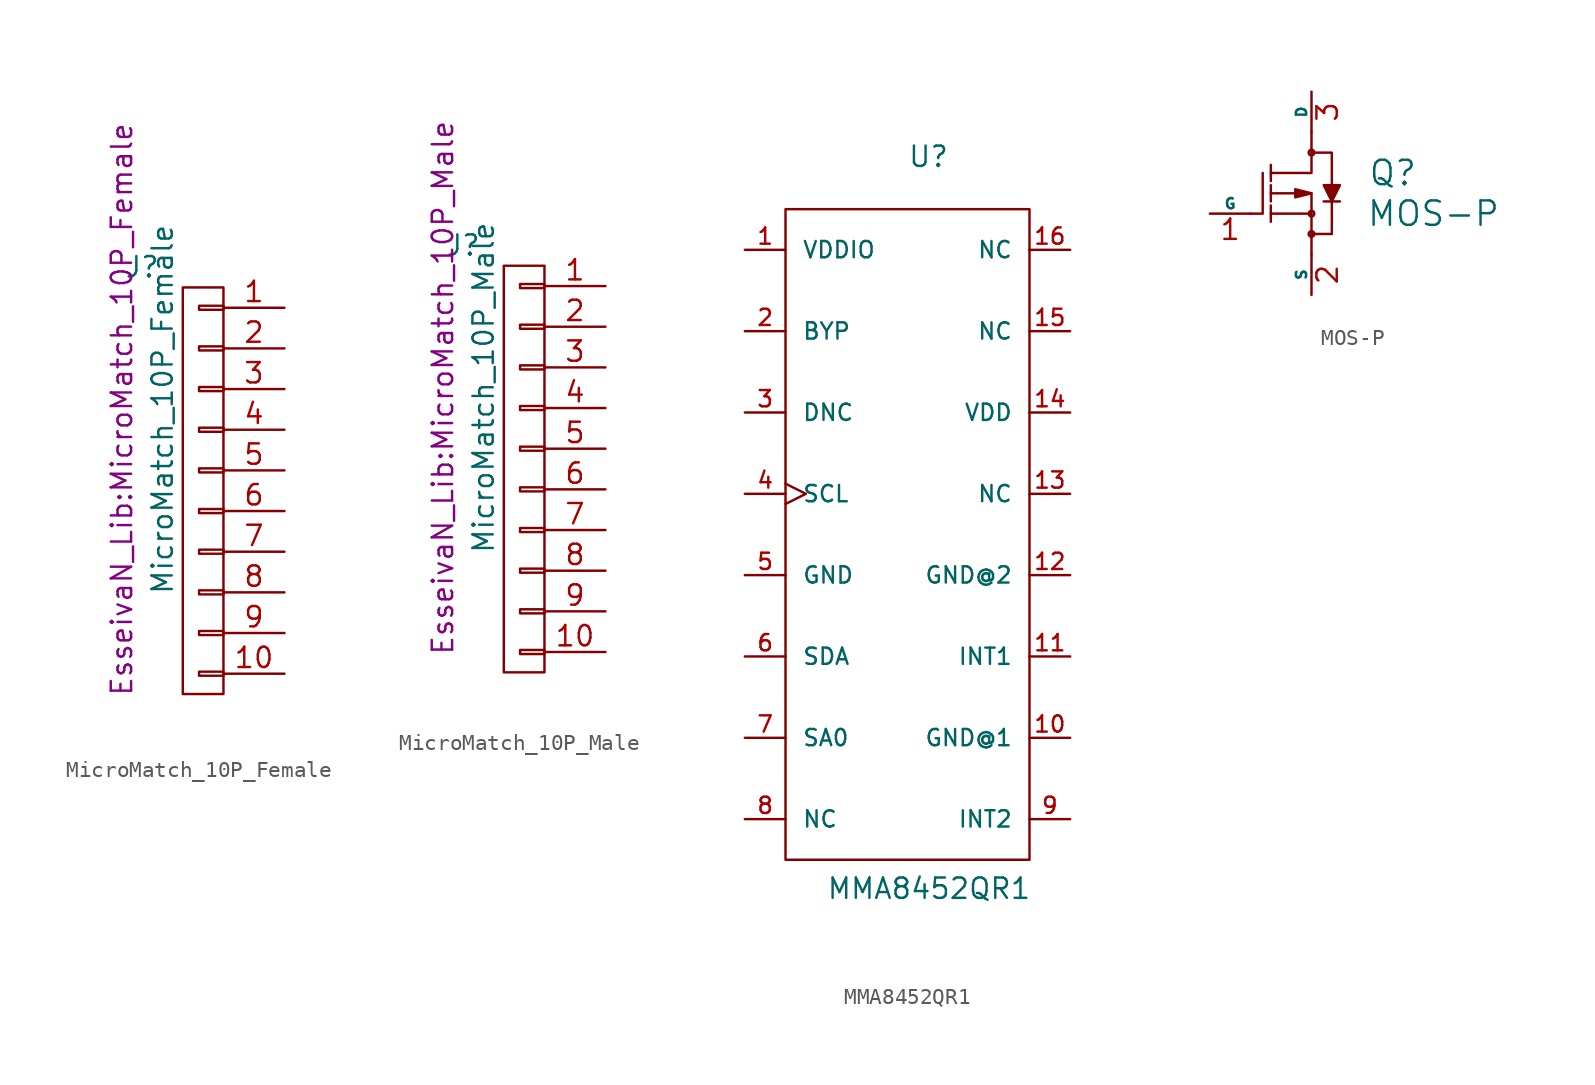
<source format=kicad_sym>
(kicad_symbol_lib
  (version 20211014)
  (generator kicad_symbol_editor)
  (symbol "MicroMatch_10P_Female"
    (pin_names
      (offset 1.016) hide)
    (property "Reference" "J"
      (at -3.81 13.97 0)
      (effects (font (size 1.27 1.27))))
    (property "Value" "MicroMatch_10P_Female"
      (at -2.54 5.08 90)
      (effects (font (size 1.27 1.27))))
    (property "Footprint" "EsseivaN_Lib:MicroMatch_10P_Female"
      (at -5.08 5.08 90)
      (effects (font (size 1.27 1.27))))
    (property "Datasheet" ""
      (at 3.81 1.27 0)
      (effects (font (size 1.27 1.27))))
    (symbol "MicroMatch_10P_Female_0_1"
      (rectangle (start 1.27 3.937) (end -0.254 3.683) (stroke (width 0) (type default) (color 0 0 0 0)) (fill (type none)))
      (rectangle (start 1.27 6.477) (end -0.254 6.223) (stroke (width 0) (type default) (color 0 0 0 0)) (fill (type none)))
      (rectangle (start 1.27 9.017) (end -0.254 8.763) (stroke (width 0) (type default) (color 0 0 0 0)) (fill (type none)))
      (rectangle (start 1.27 11.557) (end -0.254 11.303) (stroke (width 0) (type default) (color 0 0 0 0)) (fill (type none)))
      (rectangle (start 1.27 12.7) (end -1.27 -12.7) (stroke (width 0) (type default) (color 0 0 0 0)) (fill (type none))))
    (symbol "MicroMatch_10P_Female_1_1"
      (rectangle (start 1.27 -11.303) (end -0.254 -11.557) (stroke (width 0) (type default) (color 0 0 0 0)) (fill (type none)))
      (rectangle (start 1.27 -8.763) (end -0.254 -9.017) (stroke (width 0) (type default) (color 0 0 0 0)) (fill (type none)))
      (rectangle (start 1.27 -6.223) (end -0.254 -6.477) (stroke (width 0) (type default) (color 0 0 0 0)) (fill (type none)))
      (rectangle (start 1.27 -3.683) (end -0.254 -3.937) (stroke (width 0) (type default) (color 0 0 0 0)) (fill (type none)))
      (rectangle (start 1.27 -1.143) (end -0.254 -1.397) (stroke (width 0) (type default) (color 0 0 0 0)) (fill (type none)))
      (rectangle (start 1.27 1.397) (end -0.254 1.143) (stroke (width 0) (type default) (color 0 0 0 0)) (fill (type none)))
      (pin passive line (at 5.08 11.43 180) (length 3.81) (name "P1" (effects (font (size 1.27 1.27)))) (number "1" (effects (font (size 1.27 1.27)))))
      (pin passive line (at 5.08 -11.43 180) (length 3.81) (name "~" (effects (font (size 1.27 1.27)))) (number "10" (effects (font (size 1.27 1.27)))))
      (pin passive line (at 5.08 8.89 180) (length 3.81) (name "P2" (effects (font (size 1.27 1.27)))) (number "2" (effects (font (size 1.27 1.27)))))
      (pin passive line (at 5.08 6.35 180) (length 3.81) (name "P3" (effects (font (size 1.27 1.27)))) (number "3" (effects (font (size 1.27 1.27)))))
      (pin passive line (at 5.08 3.81 180) (length 3.81) (name "P4" (effects (font (size 1.27 1.27)))) (number "4" (effects (font (size 1.27 1.27)))))
      (pin passive line (at 5.08 1.27 180) (length 3.81) (name "P5" (effects (font (size 1.27 1.27)))) (number "5" (effects (font (size 1.27 1.27)))))
      (pin passive line (at 5.08 -1.27 180) (length 3.81) (name "P6" (effects (font (size 1.27 1.27)))) (number "6" (effects (font (size 1.27 1.27)))))
      (pin passive line (at 5.08 -3.81 180) (length 3.81) (name "~" (effects (font (size 1.27 1.27)))) (number "7" (effects (font (size 1.27 1.27)))))
      (pin passive line (at 5.08 -6.35 180) (length 3.81) (name "~" (effects (font (size 1.27 1.27)))) (number "8" (effects (font (size 1.27 1.27)))))
      (pin passive line (at 5.08 -8.89 180) (length 3.81) (name "~" (effects (font (size 1.27 1.27)))) (number "9" (effects (font (size 1.27 1.27)))))))
  (symbol "MicroMatch_10P_Male"
    (pin_names
      (offset 1.016) hide)
    (property "Reference" "J"
      (at -3.81 13.97 0)
      (effects (font (size 1.27 1.27))))
    (property "Value" "MicroMatch_10P_Male"
      (at -2.54 5.08 90)
      (effects (font (size 1.27 1.27))))
    (property "Footprint" "EsseivaN_Lib:MicroMatch_10P_Male"
      (at -5.08 5.08 90)
      (effects (font (size 1.27 1.27))))
    (property "Datasheet" ""
      (at 3.81 1.27 0)
      (effects (font (size 1.27 1.27))))
    (symbol "MicroMatch_10P_Male_0_1"
      (rectangle (start 1.27 3.937) (end -0.254 3.683) (stroke (width 0) (type default) (color 0 0 0 0)) (fill (type none)))
      (rectangle (start 1.27 6.477) (end -0.254 6.223) (stroke (width 0) (type default) (color 0 0 0 0)) (fill (type none)))
      (rectangle (start 1.27 9.017) (end -0.254 8.763) (stroke (width 0) (type default) (color 0 0 0 0)) (fill (type none)))
      (rectangle (start 1.27 11.557) (end -0.254 11.303) (stroke (width 0) (type default) (color 0 0 0 0)) (fill (type none)))
      (rectangle (start 1.27 12.7) (end -1.27 -12.7) (stroke (width 0) (type default) (color 0 0 0 0)) (fill (type none))))
    (symbol "MicroMatch_10P_Male_1_1"
      (rectangle (start 1.27 -11.303) (end -0.254 -11.557) (stroke (width 0) (type default) (color 0 0 0 0)) (fill (type none)))
      (rectangle (start 1.27 -8.763) (end -0.254 -9.017) (stroke (width 0) (type default) (color 0 0 0 0)) (fill (type none)))
      (rectangle (start 1.27 -6.223) (end -0.254 -6.477) (stroke (width 0) (type default) (color 0 0 0 0)) (fill (type none)))
      (rectangle (start 1.27 -3.683) (end -0.254 -3.937) (stroke (width 0) (type default) (color 0 0 0 0)) (fill (type none)))
      (rectangle (start 1.27 -1.143) (end -0.254 -1.397) (stroke (width 0) (type default) (color 0 0 0 0)) (fill (type none)))
      (rectangle (start 1.27 1.397) (end -0.254 1.143) (stroke (width 0) (type default) (color 0 0 0 0)) (fill (type none)))
      (pin passive line (at 5.08 11.43 180) (length 3.81) (name "P1" (effects (font (size 1.27 1.27)))) (number "1" (effects (font (size 1.27 1.27)))))
      (pin passive line (at 5.08 -11.43 180) (length 3.81) (name "~" (effects (font (size 1.27 1.27)))) (number "10" (effects (font (size 1.27 1.27)))))
      (pin passive line (at 5.08 8.89 180) (length 3.81) (name "P2" (effects (font (size 1.27 1.27)))) (number "2" (effects (font (size 1.27 1.27)))))
      (pin passive line (at 5.08 6.35 180) (length 3.81) (name "P3" (effects (font (size 1.27 1.27)))) (number "3" (effects (font (size 1.27 1.27)))))
      (pin passive line (at 5.08 3.81 180) (length 3.81) (name "P4" (effects (font (size 1.27 1.27)))) (number "4" (effects (font (size 1.27 1.27)))))
      (pin passive line (at 5.08 1.27 180) (length 3.81) (name "P5" (effects (font (size 1.27 1.27)))) (number "5" (effects (font (size 1.27 1.27)))))
      (pin passive line (at 5.08 -1.27 180) (length 3.81) (name "P6" (effects (font (size 1.27 1.27)))) (number "6" (effects (font (size 1.27 1.27)))))
      (pin passive line (at 5.08 -3.81 180) (length 3.81) (name "~" (effects (font (size 1.27 1.27)))) (number "7" (effects (font (size 1.27 1.27)))))
      (pin passive line (at 5.08 -6.35 180) (length 3.81) (name "~" (effects (font (size 1.27 1.27)))) (number "8" (effects (font (size 1.27 1.27)))))
      (pin passive line (at 5.08 -8.89 180) (length 3.81) (name "~" (effects (font (size 1.27 1.27)))) (number "9" (effects (font (size 1.27 1.27)))))))
  (symbol "MMA8452QR1"
    (pin_names
      (offset 1.016))
    (property "Reference" "U"
      (at 0 22.86 0)
      (effects (font (size 1.27 1.27)) (justify left bottom)))
    (property "Value" "MMA8452QR1"
      (at -5.08 -22.86 0)
      (effects (font (size 1.27 1.27)) (justify left bottom)))
    (property "ki_locked" ""
      (at 0 0 0)
      (effects (font (size 1.27 1.27))))
    (symbol "MMA8452QR1_0_0"
      (pin input line (at -10.16 17.78 0) (length 2.54) (name "VDDIO" (effects (font (size 1.016 1.016)))) (number "1" (effects (font (size 1.016 1.016)))))
      (pin input line (at 10.16 -12.7 180) (length 2.54) (name "GND@1" (effects (font (size 1.016 1.016)))) (number "10" (effects (font (size 1.016 1.016)))))
      (pin output line (at 10.16 -7.62 180) (length 2.54) (name "INT1" (effects (font (size 1.016 1.016)))) (number "11" (effects (font (size 1.016 1.016)))))
      (pin input line (at 10.16 -2.54 180) (length 2.54) (name "GND@2" (effects (font (size 1.016 1.016)))) (number "12" (effects (font (size 1.016 1.016)))))
      (pin passive line (at 10.16 2.54 180) (length 2.54) (name "NC" (effects (font (size 1.016 1.016)))) (number "13" (effects (font (size 1.016 1.016)))))
      (pin input line (at 10.16 7.62 180) (length 2.54) (name "VDD" (effects (font (size 1.016 1.016)))) (number "14" (effects (font (size 1.016 1.016)))))
      (pin passive line (at 10.16 12.7 180) (length 2.54) (name "NC" (effects (font (size 1.016 1.016)))) (number "15" (effects (font (size 1.016 1.016)))))
      (pin passive line (at 10.16 17.78 180) (length 2.54) (name "NC" (effects (font (size 1.016 1.016)))) (number "16" (effects (font (size 1.016 1.016)))))
      (pin passive line (at -10.16 12.7 0) (length 2.54) (name "BYP" (effects (font (size 1.016 1.016)))) (number "2" (effects (font (size 1.016 1.016)))))
      (pin passive line (at -10.16 7.62 0) (length 2.54) (name "DNC" (effects (font (size 1.016 1.016)))) (number "3" (effects (font (size 1.016 1.016)))))
      (pin input clock (at -10.16 2.54 0) (length 2.54) (name "SCL" (effects (font (size 1.016 1.016)))) (number "4" (effects (font (size 1.016 1.016)))))
      (pin input line (at -10.16 -2.54 0) (length 2.54) (name "GND" (effects (font (size 1.016 1.016)))) (number "5" (effects (font (size 1.016 1.016)))))
      (pin bidirectional line (at -10.16 -7.62 0) (length 2.54) (name "SDA" (effects (font (size 1.016 1.016)))) (number "6" (effects (font (size 1.016 1.016)))))
      (pin input line (at -10.16 -12.7 0) (length 2.54) (name "SA0" (effects (font (size 1.016 1.016)))) (number "7" (effects (font (size 1.016 1.016)))))
      (pin passive line (at -10.16 -17.78 0) (length 2.54) (name "NC" (effects (font (size 1.016 1.016)))) (number "8" (effects (font (size 1.016 1.016)))))
      (pin output line (at 10.16 -17.78 180) (length 2.54) (name "INT2" (effects (font (size 1.016 1.016)))) (number "9" (effects (font (size 1.016 1.016))))))
    (symbol "MMA8452QR1_0_1"
      (rectangle (start -7.62 20.32) (end 7.62 -20.32) (stroke (width 0) (type default) (color 0 0 0 0)) (fill (type none)))))
  (symbol "MOS-P"
    (pin_names
      (offset 0))
    (property "Reference" "Q"
      (at 5.08 1.27 0)
      (effects (font (size 1.524 1.524))))
    (property "Value" "MOS-P"
      (at 7.62 -1.27 0)
      (effects (font (size 1.524 1.524))))
    (property "Footprint" ""
      (at 0 0 0)
      (effects (font (size 1.524 1.524))))
    (property "Datasheet" ""
      (at 0 0 0)
      (effects (font (size 1.524 1.524))))
    (symbol "MOS-P_0_1"
      (circle (center 0 -2.54) (radius 0.178) (stroke (width 0) (type default) (color 0 0 0 0)) (fill (type none)))
      (circle (center 0 -1.27) (radius 0.178) (stroke (width 0) (type default) (color 0 0 0 0)) (fill (type none)))
      (polyline (pts (xy -2.54 -0.762) (xy -2.54 -1.778)) (stroke (width 0) (type default) (color 0 0 0 0)) (fill (type none)))
      (polyline (pts (xy -2.54 0.508) (xy -2.54 -0.508)) (stroke (width 0) (type default) (color 0 0 0 0)) (fill (type none)))
      (polyline (pts (xy -2.54 1.778) (xy -2.54 0.762)) (stroke (width 0) (type default) (color 0 0 0 0)) (fill (type none)))
      (polyline (pts (xy 0.762 -0.508) (xy 1.778 -0.508)) (stroke (width 0) (type default) (color 0 0 0 0)) (fill (type none)))
      (polyline (pts (xy -3.81 -1.27) (xy -3.048 -1.27) (xy -3.048 1.27)) (stroke (width 0) (type default) (color 0 0 0 0)) (fill (type none)))
      (polyline (pts (xy -2.54 -1.27) (xy 0 -1.27) (xy 0 -3.81)) (stroke (width 0) (type default) (color 0 0 0 0)) (fill (type none)))
      (polyline (pts (xy -2.54 0) (xy 0 0) (xy 0 -1.27)) (stroke (width 0) (type default) (color 0 0 0 0)) (fill (type none)))
      (polyline (pts (xy 0 3.81) (xy 0 1.27) (xy -2.54 1.27)) (stroke (width 0) (type default) (color 0 0 0 0)) (fill (type none)))
      (polyline (pts (xy 0 0) (xy -1.016 0.254) (xy -1.016 -0.254) (xy 0 0)) (stroke (width 0) (type default) (color 0 0 0 0)) (fill (type outline)))
      (polyline (pts (xy 0 2.54) (xy 1.27 2.54) (xy 1.27 -2.54) (xy 0 -2.54)) (stroke (width 0) (type default) (color 0 0 0 0)) (fill (type none)))
      (polyline (pts (xy 1.27 -0.508) (xy 0.762 0.508) (xy 1.778 0.508) (xy 1.27 -0.508)) (stroke (width 0) (type default) (color 0 0 0 0)) (fill (type outline)))
      (circle (center 0 2.54) (radius 0.178) (stroke (width 0) (type default) (color 0 0 0 0)) (fill (type none))))
    (symbol "MOS-P_1_1"
      (pin passive line (at -6.35 -1.27 0) (length 2.54) (name "G" (effects (font (size 0.635 0.635)))) (number "1" (effects (font (size 1.27 1.27)))))
      (pin passive line (at 0 -6.35 90) (length 2.54) (name "S" (effects (font (size 0.635 0.635)))) (number "2" (effects (font (size 1.27 1.27)))))
      (pin passive line (at 0 6.35 270) (length 2.54) (name "D" (effects (font (size 0.635 0.635)))) (number "3" (effects (font (size 1.27 1.27))))))))
</source>
